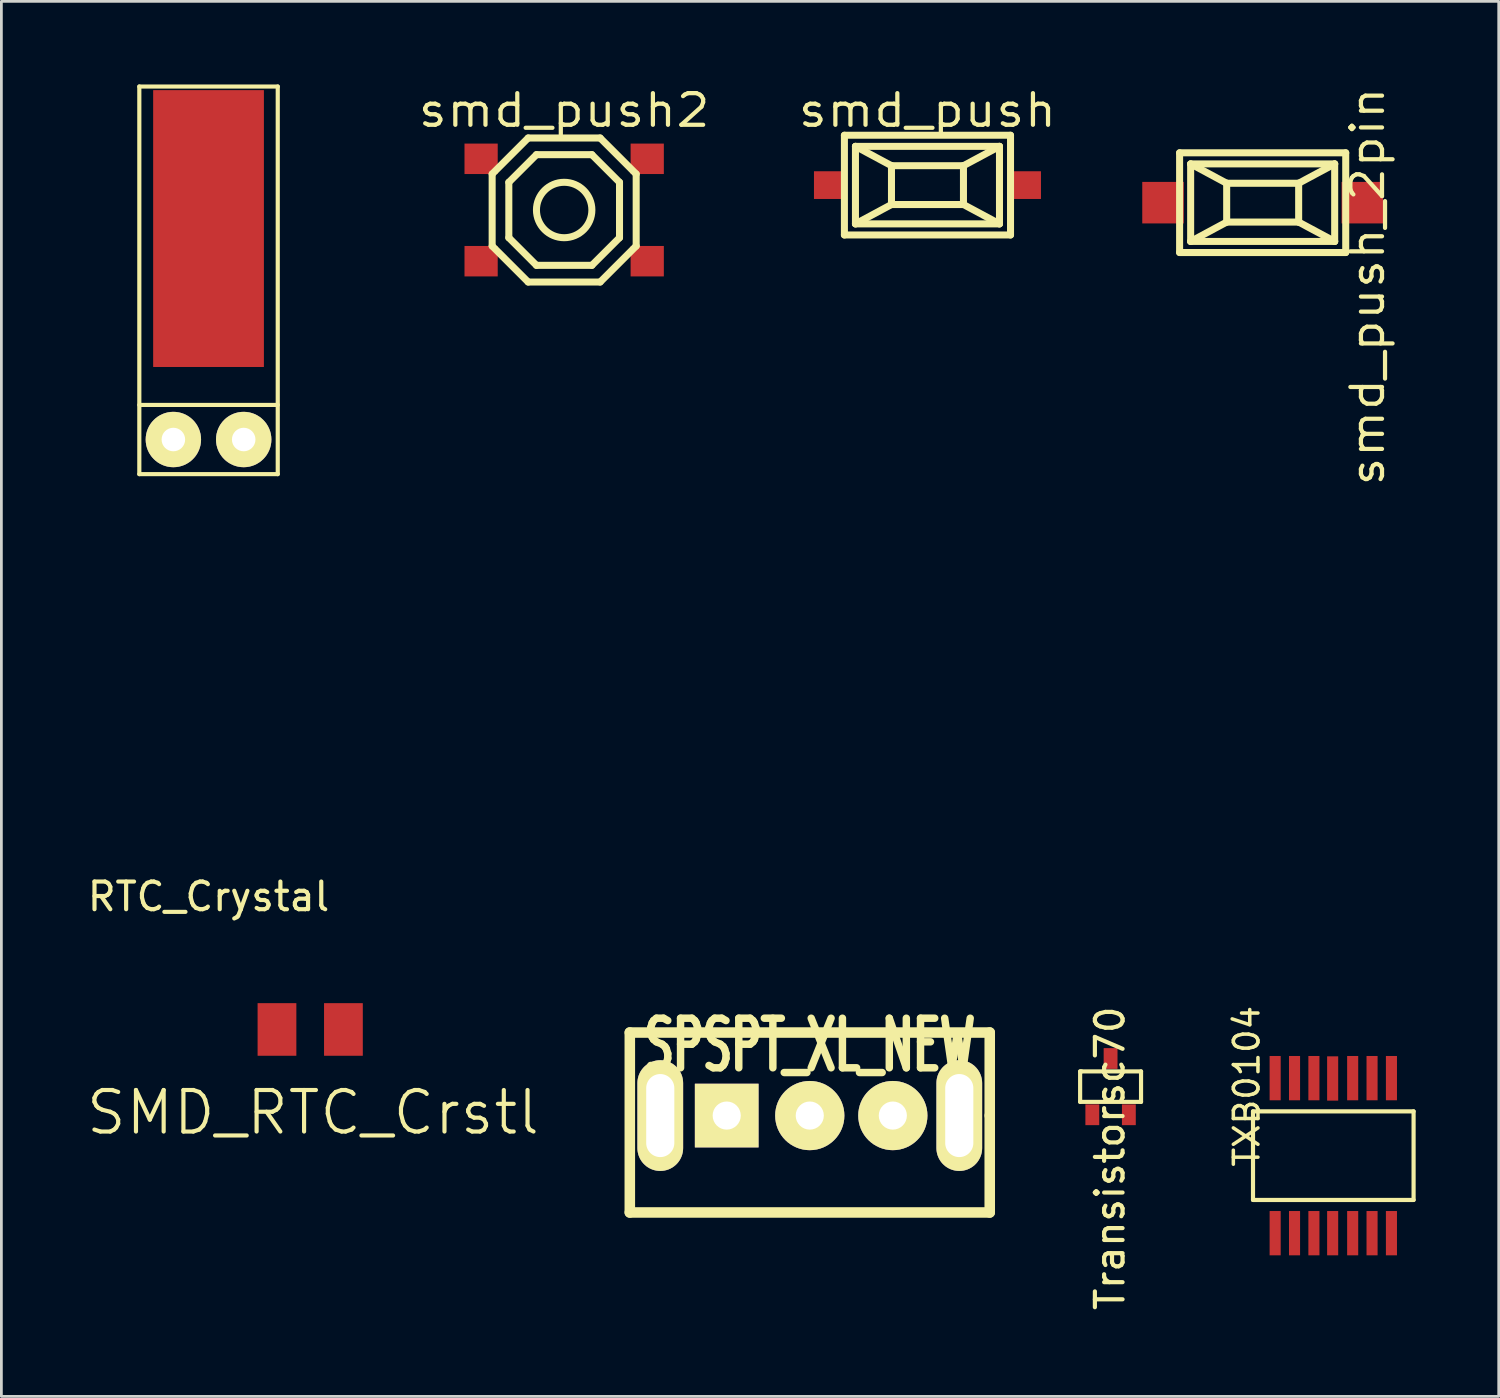
<source format=kicad_pcb>
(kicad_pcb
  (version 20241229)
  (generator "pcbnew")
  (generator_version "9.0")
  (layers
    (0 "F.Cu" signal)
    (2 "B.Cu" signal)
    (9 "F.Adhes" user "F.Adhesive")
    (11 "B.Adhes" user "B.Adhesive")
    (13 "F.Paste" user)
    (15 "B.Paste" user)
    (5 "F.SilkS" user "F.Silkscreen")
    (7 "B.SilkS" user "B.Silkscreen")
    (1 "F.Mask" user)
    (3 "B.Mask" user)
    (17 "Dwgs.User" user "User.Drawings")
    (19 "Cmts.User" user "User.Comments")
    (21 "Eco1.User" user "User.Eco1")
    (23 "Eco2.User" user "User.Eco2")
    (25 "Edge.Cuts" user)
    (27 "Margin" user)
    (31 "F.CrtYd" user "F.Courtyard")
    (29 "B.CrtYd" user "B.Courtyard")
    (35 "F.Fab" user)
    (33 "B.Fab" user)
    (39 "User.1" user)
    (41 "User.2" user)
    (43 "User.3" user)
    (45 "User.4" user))
  (footprint "SMD_RTC_Crstl"
    (layer "F.Cu")
    (at 8.154 34.133)
    (property "Reference" "SMD_RTC_Crstl" (at 0.1 3 0) (layer "F.SilkS") (effects (font (size 1.5 1.5) (thickness 0.15))))
    (attr through_hole)
    (pad "1" smd rect (at -1.2 0) (size 1.4 1.9) (layers "F.Cu" "F.Mask" "F.Paste"))
    (pad "2" smd rect (at 1.2 0) (size 1.4 1.9) (layers "F.Cu" "F.Mask" "F.Paste")))
  (footprint "SPSPT_XL_NEW"
    (layer "F.Cu")
    (at 26.198 37.243)
    (property "Reference" "SPSPT_XL_NEW" (at 0 -2.54 0) (layer "F.SilkS") (effects (font (size 1.791 1.077) (thickness 0.269))))
    (attr through_hole)
    (fp_line (start -6.5 -3) (end -6.5 3.5) (stroke (width 0.381) (type solid)) (layer "F.SilkS"))
    (fp_line (start -6.5 3.5) (end 6.5 3.5) (stroke (width 0.381) (type solid)) (layer "F.SilkS"))
    (fp_line (start 6.5 -3) (end -6.5 -3) (stroke (width 0.381) (type solid)) (layer "F.SilkS"))
    (fp_line (start 6.5 0) (end 6.5 -3) (stroke (width 0.381) (type solid)) (layer "F.SilkS"))
    (fp_line (start 6.5 3.5) (end 6.5 0) (stroke (width 0.381) (type solid)) (layer "F.SilkS"))
    (pad "" np_thru_hole oval (at -5.4 0) (size 1.651 4) (drill oval 1.016 3) (layers "*.Cu" "*.Mask" "F.SilkS"))
    (pad "" np_thru_hole oval (at 5.4 0) (size 1.651 4) (drill oval 1.016 3) (layers "*.Cu" "*.Mask" "F.SilkS"))
    (pad "1" thru_hole rect (at -3 0) (size 2.3 2.3) (drill 1.016) (layers "*.Cu" "*.Mask" "F.SilkS"))
    (pad "2" thru_hole circle (at 0 0) (size 2.5 2.5) (drill 1.016) (layers "*.Cu" "*.Mask" "F.SilkS"))
    (pad "3" thru_hole circle (at 3 0) (size 2.5 2.5) (drill 1.016) (layers "*.Cu" "*.Mask" "F.SilkS")))
  (footprint "smd_push"
    (layer "F.Cu")
    (at 30.449 3.636)
    (property "Reference" "smd_push" (at 0 -2.7 0) (layer "F.SilkS") (effects (font (size 1.143 1.27) (thickness 0.152))))
    (attr through_hole)
    (fp_line (start -3 -1.801) (end 3 -1.801) (stroke (width 0.254) (type solid)) (layer "F.SilkS"))
    (fp_line (start -3 1.801) (end -3 -1.801) (stroke (width 0.254) (type solid)) (layer "F.SilkS"))
    (fp_line (start -2.601 -1.4) (end -1.3 -0.701) (stroke (width 0.254) (type solid)) (layer "F.SilkS"))
    (fp_line (start -2.601 -1.4) (end 2.601 -1.4) (stroke (width 0.254) (type solid)) (layer "F.SilkS"))
    (fp_line (start -2.601 1.4) (end -2.601 -1.4) (stroke (width 0.254) (type solid)) (layer "F.SilkS"))
    (fp_line (start -1.3 -0.701) (end 1.3 -0.701) (stroke (width 0.254) (type solid)) (layer "F.SilkS"))
    (fp_line (start -1.3 0.701) (end -2.601 1.4) (stroke (width 0.254) (type solid)) (layer "F.SilkS"))
    (fp_line (start -1.3 0.701) (end -1.3 -0.701) (stroke (width 0.254) (type solid)) (layer "F.SilkS"))
    (fp_line (start 1.3 -0.701) (end 1.3 0.701) (stroke (width 0.254) (type solid)) (layer "F.SilkS"))
    (fp_line (start 1.3 -0.701) (end 2.601 -1.4) (stroke (width 0.254) (type solid)) (layer "F.SilkS"))
    (fp_line (start 1.3 0.701) (end -1.3 0.701) (stroke (width 0.254) (type solid)) (layer "F.SilkS"))
    (fp_line (start 1.3 0.701) (end 2.601 1.4) (stroke (width 0.254) (type solid)) (layer "F.SilkS"))
    (fp_line (start 2.601 -1.4) (end 2.601 1.4) (stroke (width 0.254) (type solid)) (layer "F.SilkS"))
    (fp_line (start 2.601 1.4) (end -2.601 1.4) (stroke (width 0.254) (type solid)) (layer "F.SilkS"))
    (fp_line (start 3 -1.801) (end 3 1.801) (stroke (width 0.254) (type solid)) (layer "F.SilkS"))
    (fp_line (start 3 1.801) (end -3 1.801) (stroke (width 0.254) (type solid)) (layer "F.SilkS"))
    (pad "1" smd rect (at -3.599 0) (size 1.001 1.001) (layers "F.Cu" "F.Mask" "F.Paste"))
    (pad "2" smd rect (at 3.599 0) (size 1.001 1.001) (layers "F.Cu" "F.Mask" "F.Paste")))
  (footprint "RTC_Crystal"
    (layer "F.Cu")
    (at 4.482 12.825)
    (property "Reference" "RTC_Crystal" (at 0 16.51 0) (layer "F.SilkS") (effects (font (size 1 1) (thickness 0.15))))
    (attr through_hole)
    (fp_line (start -2.5 -12.75) (end -2.5 1.25) (stroke (width 0.15) (type solid)) (layer "F.SilkS"))
    (fp_line (start -2.5 -1.25) (end 2.5 -1.25) (stroke (width 0.15) (type solid)) (layer "F.SilkS"))
    (fp_line (start -2.5 1.25) (end 2.5 1.25) (stroke (width 0.15) (type solid)) (layer "F.SilkS"))
    (fp_line (start 2.5 -12.75) (end -2.5 -12.75) (stroke (width 0.15) (type solid)) (layer "F.SilkS"))
    (fp_line (start 2.5 1.25) (end 2.5 -12.75) (stroke (width 0.15) (type solid)) (layer "F.SilkS"))
    (pad "1" thru_hole circle (at -1.27 0) (size 2 2) (drill 0.85) (layers "*.Cu" "*.Mask" "F.SilkS"))
    (pad "2" thru_hole circle (at 1.27 0) (size 2 2) (drill 0.85) (layers "*.Cu" "*.Mask" "F.SilkS"))
    (pad "3" smd rect (at 0 -7.62) (size 4 10) (layers "F.Cu" "F.Mask" "F.Paste")))
  (footprint "smd_push2"
    (layer "F.Cu")
    (at 17.327 4.535)
    (property "Reference" "smd_push2" (at 0 -3.599 0) (layer "F.SilkS") (effects (font (size 1.143 1.27) (thickness 0.152))))
    (attr through_hole)
    (fp_line (start -2.601 -1.3) (end -2.601 1.3) (stroke (width 0.254) (type solid)) (layer "F.SilkS"))
    (fp_line (start -2.601 1.3) (end -1.3 2.601) (stroke (width 0.254) (type solid)) (layer "F.SilkS"))
    (fp_line (start -1.999 -1.001) (end -1.999 1.001) (stroke (width 0.254) (type solid)) (layer "F.SilkS"))
    (fp_line (start -1.999 1.001) (end -1.001 1.999) (stroke (width 0.254) (type solid)) (layer "F.SilkS"))
    (fp_line (start -1.3 -2.601) (end -2.601 -1.3) (stroke (width 0.254) (type solid)) (layer "F.SilkS"))
    (fp_line (start -1.3 2.601) (end 1.3 2.601) (stroke (width 0.254) (type solid)) (layer "F.SilkS"))
    (fp_line (start -1.001 -1.999) (end -1.999 -1.001) (stroke (width 0.254) (type solid)) (layer "F.SilkS"))
    (fp_line (start -1.001 1.999) (end 1.001 1.999) (stroke (width 0.254) (type solid)) (layer "F.SilkS"))
    (fp_line (start 1.001 -1.999) (end -1.001 -1.999) (stroke (width 0.254) (type solid)) (layer "F.SilkS"))
    (fp_line (start 1.001 1.999) (end 1.999 1.001) (stroke (width 0.254) (type solid)) (layer "F.SilkS"))
    (fp_line (start 1.3 -2.601) (end -1.3 -2.601) (stroke (width 0.254) (type solid)) (layer "F.SilkS"))
    (fp_line (start 1.3 2.601) (end 2.601 1.3) (stroke (width 0.254) (type solid)) (layer "F.SilkS"))
    (fp_line (start 1.999 -1.001) (end 1.001 -1.999) (stroke (width 0.254) (type solid)) (layer "F.SilkS"))
    (fp_line (start 1.999 1.001) (end 1.999 -1.001) (stroke (width 0.254) (type solid)) (layer "F.SilkS"))
    (fp_line (start 2.601 -1.3) (end 1.3 -2.601) (stroke (width 0.254) (type solid)) (layer "F.SilkS"))
    (fp_line (start 2.601 1.3) (end 2.601 -1.3) (stroke (width 0.254) (type solid)) (layer "F.SilkS"))
    (fp_circle (center 0 0) (end -1.001 0) (stroke (width 0.254) (type solid)) (fill no) (layer "F.SilkS"))
    (pad "1" smd rect (at -3 -1.849) (size 1.2 1.1) (layers "F.Cu" "F.Mask" "F.Paste"))
    (pad "2" smd rect (at 3 1.849) (size 1.2 1.1) (layers "F.Cu" "F.Mask" "F.Paste"))
    (pad "3" smd rect (at -3 1.849) (size 1.2 1.1) (layers "F.Cu" "F.Mask" "F.Paste"))
    (pad "4" smd rect (at 3 -1.849) (size 1.2 1.1) (layers "F.Cu" "F.Mask" "F.Paste")))
  (footprint "TXB0104"
    (layer "F.Cu")
    (at 42.607 41.491)
    (property "Reference" "TXB0104" (at -0.626 -5.306 90) (layer "F.SilkS") (effects (font (size 0.889 0.889) (thickness 0.127))))
    (attr through_hole)
    (fp_line (start -0.4 -4.4) (end 5.4 -4.4) (stroke (width 0.15) (type solid)) (layer "F.SilkS"))
    (fp_line (start -0.4 -1.2) (end -0.4 -4.4) (stroke (width 0.15) (type solid)) (layer "F.SilkS"))
    (fp_line (start 5.4 -4.4) (end 5.4 -1.2) (stroke (width 0.15) (type solid)) (layer "F.SilkS"))
    (fp_line (start 5.4 -1.2) (end -0.4 -1.2) (stroke (width 0.15) (type solid)) (layer "F.SilkS"))
    (pad "1" smd rect (at 0.4 0 180) (size 0.4 1.6) (layers "F.Cu" "F.Mask" "F.Paste"))
    (pad "2" smd rect (at 1.1 0 180) (size 0.4 1.6) (layers "F.Cu" "F.Mask" "F.Paste"))
    (pad "3" smd rect (at 1.8 0 180) (size 0.4 1.6) (layers "F.Cu" "F.Mask" "F.Paste"))
    (pad "4" smd rect (at 2.477 0 180) (size 0.4 1.6) (layers "F.Cu" "F.Mask" "F.Paste"))
    (pad "5" smd rect (at 3.2 0 180) (size 0.4 1.6) (layers "F.Cu" "F.Mask" "F.Paste"))
    (pad "6" smd rect (at 3.9 0 180) (size 0.4 1.6) (layers "F.Cu" "F.Mask" "F.Paste"))
    (pad "7" smd rect (at 4.6 0 180) (size 0.4 1.6) (layers "F.Cu" "F.Mask" "F.Paste"))
    (pad "8" smd rect (at 4.6 -5.6 180) (size 0.4 1.6) (layers "F.Cu" "F.Mask" "F.Paste"))
    (pad "9" smd rect (at 3.9 -5.6 180) (size 0.4 1.6) (layers "F.Cu" "F.Mask" "F.Paste"))
    (pad "10" smd rect (at 3.2 -5.6 180) (size 0.4 1.6) (layers "F.Cu" "F.Mask" "F.Paste"))
    (pad "11" smd rect (at 2.477 -5.588 180) (size 0.4 1.6) (layers "F.Cu" "F.Mask" "F.Paste"))
    (pad "12" smd rect (at 1.8 -5.6 180) (size 0.4 1.6) (layers "F.Cu" "F.Mask" "F.Paste"))
    (pad "13" smd rect (at 1.1 -5.6 180) (size 0.4 1.6) (layers "F.Cu" "F.Mask" "F.Paste"))
    (pad "14" smd rect (at 0.4 -5.6 180) (size 0.4 1.6) (layers "F.Cu" "F.Mask" "F.Paste")))
  (footprint "Transistorsc70"
    (layer "F.Cu")
    (at 37.063 36.198)
    (property "Reference" "Transistorsc70" (at -0.022 2.586 90) (layer "F.SilkS") (effects (font (size 1 1) (thickness 0.15))))
    (attr smd)
    (fp_line (start -1.1 -0.55) (end -1.1 0.55) (stroke (width 0.15) (type solid)) (layer "F.SilkS"))
    (fp_line (start -1.1 0.55) (end 1.1 0.55) (stroke (width 0.15) (type solid)) (layer "F.SilkS"))
    (fp_line (start -1.05 -0.55) (end -1.1 -0.55) (stroke (width 0.15) (type solid)) (layer "F.SilkS"))
    (fp_line (start 1.1 -0.55) (end -1.05 -0.55) (stroke (width 0.15) (type solid)) (layer "F.SilkS"))
    (fp_line (start 1.1 0.55) (end 1.1 -0.55) (stroke (width 0.15) (type solid)) (layer "F.SilkS"))
    (pad "1" smd rect (at -0.66 1.016) (size 0.5 0.75) (layers "F.Cu" "F.Mask" "F.Paste"))
    (pad "2" smd rect (at 0.66 1.016) (size 0.5 0.75) (layers "F.Cu" "F.Mask" "F.Paste"))
    (pad "3" smd rect (at 0 -1.016) (size 0.5 0.75) (layers "F.Cu" "F.Mask" "F.Paste")))
  (footprint "smd_push_2pin"
    (layer "F.Cu")
    (at 42.556 4.27)
    (property "Reference" "smd_push_2pin" (at 3.79 3.028 90) (layer "F.SilkS") (effects (font (size 1.143 1.27) (thickness 0.152))))
    (attr through_hole)
    (fp_line (start -3 -1.801) (end 3 -1.801) (stroke (width 0.254) (type solid)) (layer "F.SilkS"))
    (fp_line (start -3 1.801) (end -3 -1.801) (stroke (width 0.254) (type solid)) (layer "F.SilkS"))
    (fp_line (start -2.601 -1.4) (end -1.3 -0.701) (stroke (width 0.254) (type solid)) (layer "F.SilkS"))
    (fp_line (start -2.601 -1.4) (end 2.601 -1.4) (stroke (width 0.254) (type solid)) (layer "F.SilkS"))
    (fp_line (start -2.601 1.4) (end -2.601 -1.4) (stroke (width 0.254) (type solid)) (layer "F.SilkS"))
    (fp_line (start -1.3 -0.701) (end 1.3 -0.701) (stroke (width 0.254) (type solid)) (layer "F.SilkS"))
    (fp_line (start -1.3 0.701) (end -2.601 1.4) (stroke (width 0.254) (type solid)) (layer "F.SilkS"))
    (fp_line (start -1.3 0.701) (end -1.3 -0.701) (stroke (width 0.254) (type solid)) (layer "F.SilkS"))
    (fp_line (start 1.3 -0.701) (end 1.3 0.701) (stroke (width 0.254) (type solid)) (layer "F.SilkS"))
    (fp_line (start 1.3 -0.701) (end 2.601 -1.4) (stroke (width 0.254) (type solid)) (layer "F.SilkS"))
    (fp_line (start 1.3 0.701) (end -1.3 0.701) (stroke (width 0.254) (type solid)) (layer "F.SilkS"))
    (fp_line (start 1.3 0.701) (end 2.601 1.4) (stroke (width 0.254) (type solid)) (layer "F.SilkS"))
    (fp_line (start 2.601 -1.4) (end 2.601 1.4) (stroke (width 0.254) (type solid)) (layer "F.SilkS"))
    (fp_line (start 2.601 1.4) (end -2.601 1.4) (stroke (width 0.254) (type solid)) (layer "F.SilkS"))
    (fp_line (start 3 -1.801) (end 3 1.801) (stroke (width 0.254) (type solid)) (layer "F.SilkS"))
    (fp_line (start 3 1.801) (end -3 1.801) (stroke (width 0.254) (type solid)) (layer "F.SilkS"))
    (pad "1" smd rect (at -3.599 0) (size 1.5 1.5) (layers "F.Cu" "F.Mask" "F.Paste"))
    (pad "2" smd rect (at 3.599 0) (size 1.5 1.5) (layers "F.Cu" "F.Mask" "F.Paste")))
  (gr_rect
    (start -3 -3)
    (end 51.082 47.386)
    (stroke (width 0.1) (type default))
    (fill no)
    (layer "Edge.Cuts")))
</source>
